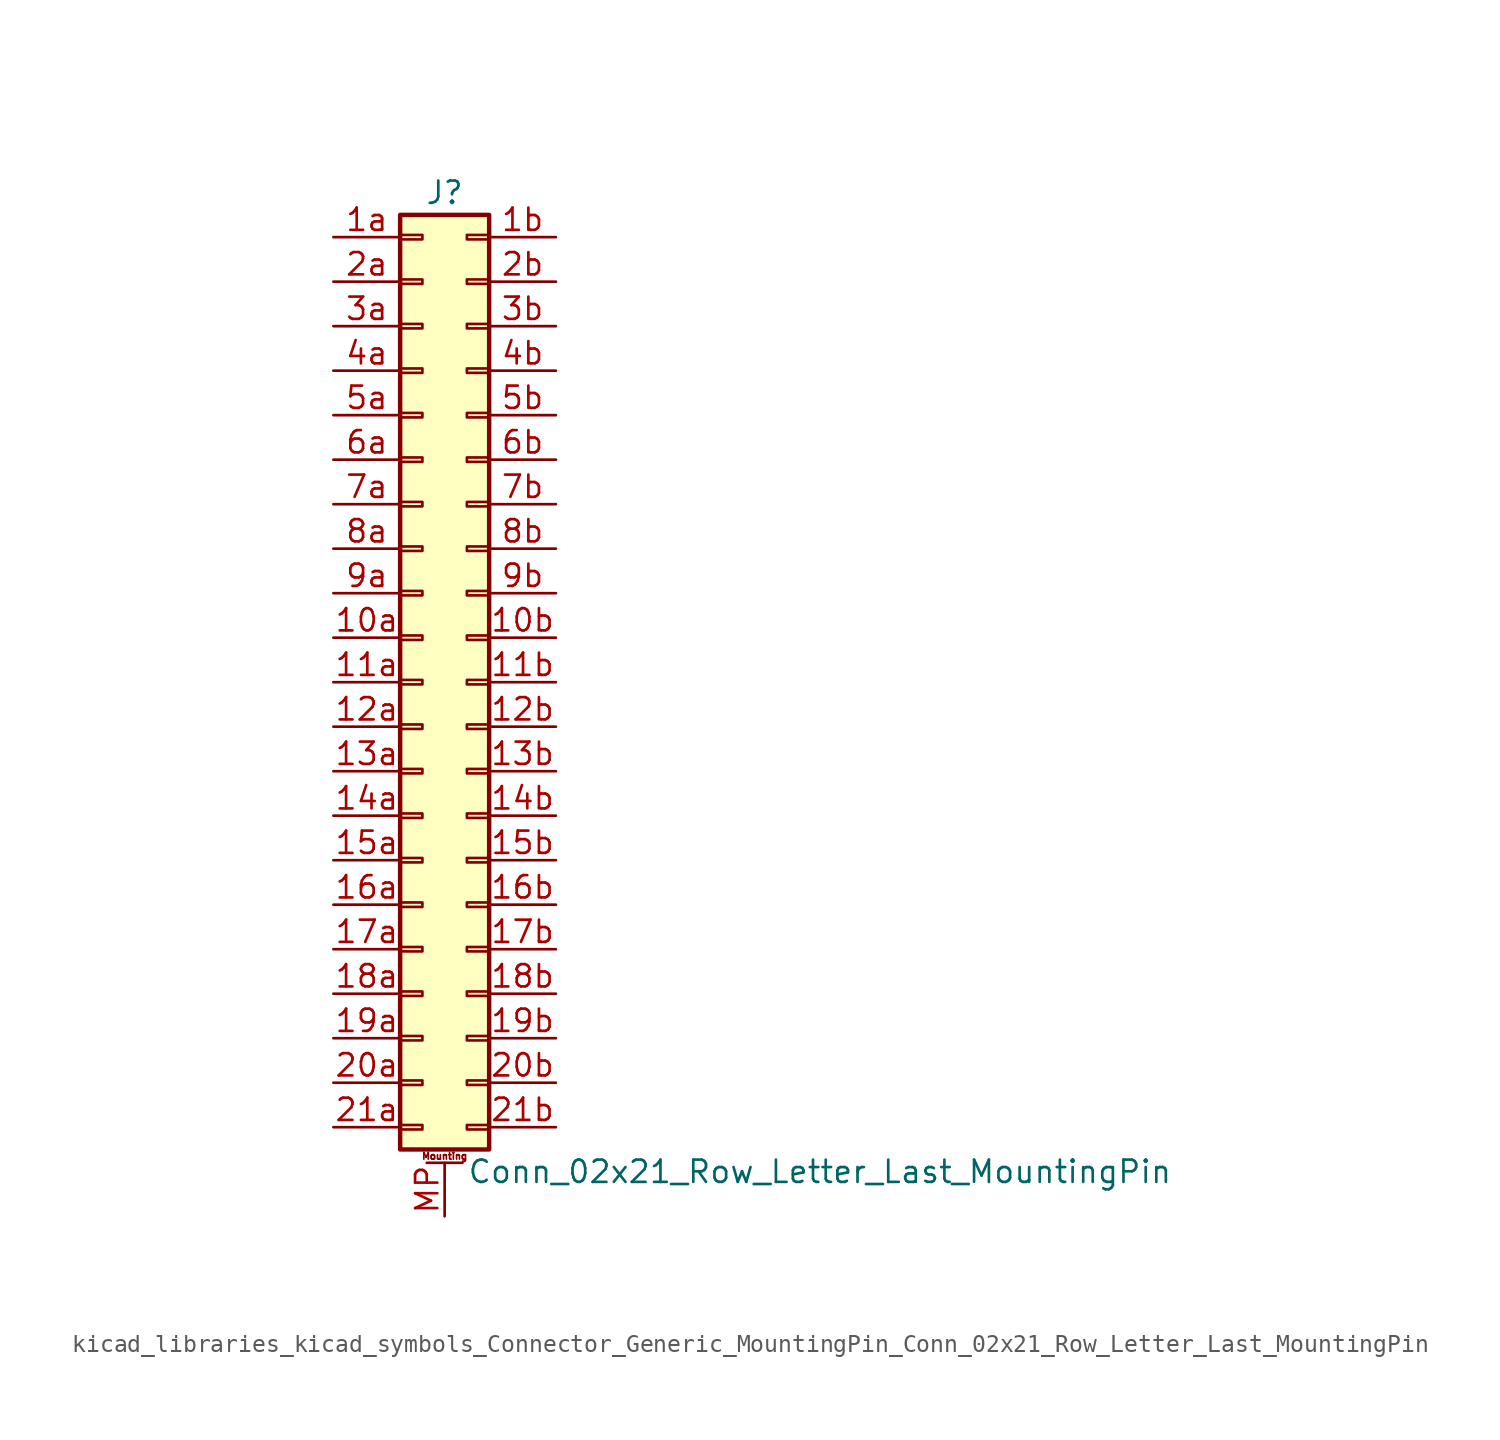
<source format=kicad_sym>
(kicad_symbol_lib
  (version 20220914)
  (generator kicad_symbol_editor)
  (symbol "kicad_libraries_kicad_symbols_Connector_Generic_MountingPin_Conn_02x21_Row_Letter_Last_MountingPin"
    (pin_names
      (offset 1.016) hide)
    (property "Reference" "J"
      (at 1.27 27.94 0)
      (effects (font (size 1.27 1.27))))
    (property "Value" "Conn_02x21_Row_Letter_Last_MountingPin"
      (at 2.54 -27.94 0)
      (effects (font (size 1.27 1.27)) (justify left)))
    (symbol "kicad_libraries_kicad_symbols_Connector_Generic_MountingPin_Conn_02x21_Row_Letter_Last_MountingPin_1_1"
      (rectangle (start -1.27 -25.273) (end 0 -25.527) (stroke (width 0.152) (type default)) (fill (type none)))
      (rectangle (start -1.27 -22.733) (end 0 -22.987) (stroke (width 0.152) (type default)) (fill (type none)))
      (rectangle (start -1.27 -20.193) (end 0 -20.447) (stroke (width 0.152) (type default)) (fill (type none)))
      (rectangle (start -1.27 -17.653) (end 0 -17.907) (stroke (width 0.152) (type default)) (fill (type none)))
      (rectangle (start -1.27 -15.113) (end 0 -15.367) (stroke (width 0.152) (type default)) (fill (type none)))
      (rectangle (start -1.27 -12.573) (end 0 -12.827) (stroke (width 0.152) (type default)) (fill (type none)))
      (rectangle (start -1.27 -10.033) (end 0 -10.287) (stroke (width 0.152) (type default)) (fill (type none)))
      (rectangle (start -1.27 -7.493) (end 0 -7.747) (stroke (width 0.152) (type default)) (fill (type none)))
      (rectangle (start -1.27 -4.953) (end 0 -5.207) (stroke (width 0.152) (type default)) (fill (type none)))
      (rectangle (start -1.27 -2.413) (end 0 -2.667) (stroke (width 0.152) (type default)) (fill (type none)))
      (rectangle (start -1.27 0.127) (end 0 -0.127) (stroke (width 0.152) (type default)) (fill (type none)))
      (rectangle (start -1.27 2.667) (end 0 2.413) (stroke (width 0.152) (type default)) (fill (type none)))
      (rectangle (start -1.27 5.207) (end 0 4.953) (stroke (width 0.152) (type default)) (fill (type none)))
      (rectangle (start -1.27 7.747) (end 0 7.493) (stroke (width 0.152) (type default)) (fill (type none)))
      (rectangle (start -1.27 10.287) (end 0 10.033) (stroke (width 0.152) (type default)) (fill (type none)))
      (rectangle (start -1.27 12.827) (end 0 12.573) (stroke (width 0.152) (type default)) (fill (type none)))
      (rectangle (start -1.27 15.367) (end 0 15.113) (stroke (width 0.152) (type default)) (fill (type none)))
      (rectangle (start -1.27 17.907) (end 0 17.653) (stroke (width 0.152) (type default)) (fill (type none)))
      (rectangle (start -1.27 20.447) (end 0 20.193) (stroke (width 0.152) (type default)) (fill (type none)))
      (rectangle (start -1.27 22.987) (end 0 22.733) (stroke (width 0.152) (type default)) (fill (type none)))
      (rectangle (start -1.27 25.527) (end 0 25.273) (stroke (width 0.152) (type default)) (fill (type none)))
      (rectangle (start -1.27 26.67) (end 3.81 -26.67) (stroke (width 0.254) (type default)) (fill (type background)))
      (polyline (pts (xy 0.254 -27.432) (xy 2.286 -27.432)) (stroke (width 0.152) (type default)) (fill (type none)))
      (rectangle (start 3.81 -25.273) (end 2.54 -25.527) (stroke (width 0.152) (type default)) (fill (type none)))
      (rectangle (start 3.81 -22.733) (end 2.54 -22.987) (stroke (width 0.152) (type default)) (fill (type none)))
      (rectangle (start 3.81 -20.193) (end 2.54 -20.447) (stroke (width 0.152) (type default)) (fill (type none)))
      (rectangle (start 3.81 -17.653) (end 2.54 -17.907) (stroke (width 0.152) (type default)) (fill (type none)))
      (rectangle (start 3.81 -15.113) (end 2.54 -15.367) (stroke (width 0.152) (type default)) (fill (type none)))
      (rectangle (start 3.81 -12.573) (end 2.54 -12.827) (stroke (width 0.152) (type default)) (fill (type none)))
      (rectangle (start 3.81 -10.033) (end 2.54 -10.287) (stroke (width 0.152) (type default)) (fill (type none)))
      (rectangle (start 3.81 -7.493) (end 2.54 -7.747) (stroke (width 0.152) (type default)) (fill (type none)))
      (rectangle (start 3.81 -4.953) (end 2.54 -5.207) (stroke (width 0.152) (type default)) (fill (type none)))
      (rectangle (start 3.81 -2.413) (end 2.54 -2.667) (stroke (width 0.152) (type default)) (fill (type none)))
      (rectangle (start 3.81 0.127) (end 2.54 -0.127) (stroke (width 0.152) (type default)) (fill (type none)))
      (rectangle (start 3.81 2.667) (end 2.54 2.413) (stroke (width 0.152) (type default)) (fill (type none)))
      (rectangle (start 3.81 5.207) (end 2.54 4.953) (stroke (width 0.152) (type default)) (fill (type none)))
      (rectangle (start 3.81 7.747) (end 2.54 7.493) (stroke (width 0.152) (type default)) (fill (type none)))
      (rectangle (start 3.81 10.287) (end 2.54 10.033) (stroke (width 0.152) (type default)) (fill (type none)))
      (rectangle (start 3.81 12.827) (end 2.54 12.573) (stroke (width 0.152) (type default)) (fill (type none)))
      (rectangle (start 3.81 15.367) (end 2.54 15.113) (stroke (width 0.152) (type default)) (fill (type none)))
      (rectangle (start 3.81 17.907) (end 2.54 17.653) (stroke (width 0.152) (type default)) (fill (type none)))
      (rectangle (start 3.81 20.447) (end 2.54 20.193) (stroke (width 0.152) (type default)) (fill (type none)))
      (rectangle (start 3.81 22.987) (end 2.54 22.733) (stroke (width 0.152) (type default)) (fill (type none)))
      (rectangle (start 3.81 25.527) (end 2.54 25.273) (stroke (width 0.152) (type default)) (fill (type none)))
      (text "Mounting" (at 1.27 -27.051 0) (effects (font (size 0.381 0.381))))
      (pin passive line (at -5.08 2.54 0) (length 3.81) (name "Pin_10a" (effects (font (size 1.27 1.27)))) (number "10a" (effects (font (size 1.27 1.27)))))
      (pin passive line (at 7.62 2.54 180) (length 3.81) (name "Pin_10b" (effects (font (size 1.27 1.27)))) (number "10b" (effects (font (size 1.27 1.27)))))
      (pin passive line (at -5.08 0 0) (length 3.81) (name "Pin_11a" (effects (font (size 1.27 1.27)))) (number "11a" (effects (font (size 1.27 1.27)))))
      (pin passive line (at 7.62 0 180) (length 3.81) (name "Pin_11b" (effects (font (size 1.27 1.27)))) (number "11b" (effects (font (size 1.27 1.27)))))
      (pin passive line (at -5.08 -2.54 0) (length 3.81) (name "Pin_12a" (effects (font (size 1.27 1.27)))) (number "12a" (effects (font (size 1.27 1.27)))))
      (pin passive line (at 7.62 -2.54 180) (length 3.81) (name "Pin_12b" (effects (font (size 1.27 1.27)))) (number "12b" (effects (font (size 1.27 1.27)))))
      (pin passive line (at -5.08 -5.08 0) (length 3.81) (name "Pin_13a" (effects (font (size 1.27 1.27)))) (number "13a" (effects (font (size 1.27 1.27)))))
      (pin passive line (at 7.62 -5.08 180) (length 3.81) (name "Pin_13b" (effects (font (size 1.27 1.27)))) (number "13b" (effects (font (size 1.27 1.27)))))
      (pin passive line (at -5.08 -7.62 0) (length 3.81) (name "Pin_14a" (effects (font (size 1.27 1.27)))) (number "14a" (effects (font (size 1.27 1.27)))))
      (pin passive line (at 7.62 -7.62 180) (length 3.81) (name "Pin_14b" (effects (font (size 1.27 1.27)))) (number "14b" (effects (font (size 1.27 1.27)))))
      (pin passive line (at -5.08 -10.16 0) (length 3.81) (name "Pin_15a" (effects (font (size 1.27 1.27)))) (number "15a" (effects (font (size 1.27 1.27)))))
      (pin passive line (at 7.62 -10.16 180) (length 3.81) (name "Pin_15b" (effects (font (size 1.27 1.27)))) (number "15b" (effects (font (size 1.27 1.27)))))
      (pin passive line (at -5.08 -12.7 0) (length 3.81) (name "Pin_16a" (effects (font (size 1.27 1.27)))) (number "16a" (effects (font (size 1.27 1.27)))))
      (pin passive line (at 7.62 -12.7 180) (length 3.81) (name "Pin_16b" (effects (font (size 1.27 1.27)))) (number "16b" (effects (font (size 1.27 1.27)))))
      (pin passive line (at -5.08 -15.24 0) (length 3.81) (name "Pin_17a" (effects (font (size 1.27 1.27)))) (number "17a" (effects (font (size 1.27 1.27)))))
      (pin passive line (at 7.62 -15.24 180) (length 3.81) (name "Pin_17b" (effects (font (size 1.27 1.27)))) (number "17b" (effects (font (size 1.27 1.27)))))
      (pin passive line (at -5.08 -17.78 0) (length 3.81) (name "Pin_18a" (effects (font (size 1.27 1.27)))) (number "18a" (effects (font (size 1.27 1.27)))))
      (pin passive line (at 7.62 -17.78 180) (length 3.81) (name "Pin_18b" (effects (font (size 1.27 1.27)))) (number "18b" (effects (font (size 1.27 1.27)))))
      (pin passive line (at -5.08 -20.32 0) (length 3.81) (name "Pin_19a" (effects (font (size 1.27 1.27)))) (number "19a" (effects (font (size 1.27 1.27)))))
      (pin passive line (at 7.62 -20.32 180) (length 3.81) (name "Pin_19b" (effects (font (size 1.27 1.27)))) (number "19b" (effects (font (size 1.27 1.27)))))
      (pin passive line (at -5.08 25.4 0) (length 3.81) (name "Pin_1a" (effects (font (size 1.27 1.27)))) (number "1a" (effects (font (size 1.27 1.27)))))
      (pin passive line (at 7.62 25.4 180) (length 3.81) (name "Pin_1b" (effects (font (size 1.27 1.27)))) (number "1b" (effects (font (size 1.27 1.27)))))
      (pin passive line (at -5.08 -22.86 0) (length 3.81) (name "Pin_20a" (effects (font (size 1.27 1.27)))) (number "20a" (effects (font (size 1.27 1.27)))))
      (pin passive line (at 7.62 -22.86 180) (length 3.81) (name "Pin_20b" (effects (font (size 1.27 1.27)))) (number "20b" (effects (font (size 1.27 1.27)))))
      (pin passive line (at -5.08 -25.4 0) (length 3.81) (name "Pin_21a" (effects (font (size 1.27 1.27)))) (number "21a" (effects (font (size 1.27 1.27)))))
      (pin passive line (at 7.62 -25.4 180) (length 3.81) (name "Pin_21b" (effects (font (size 1.27 1.27)))) (number "21b" (effects (font (size 1.27 1.27)))))
      (pin passive line (at -5.08 22.86 0) (length 3.81) (name "Pin_2a" (effects (font (size 1.27 1.27)))) (number "2a" (effects (font (size 1.27 1.27)))))
      (pin passive line (at 7.62 22.86 180) (length 3.81) (name "Pin_2b" (effects (font (size 1.27 1.27)))) (number "2b" (effects (font (size 1.27 1.27)))))
      (pin passive line (at -5.08 20.32 0) (length 3.81) (name "Pin_3a" (effects (font (size 1.27 1.27)))) (number "3a" (effects (font (size 1.27 1.27)))))
      (pin passive line (at 7.62 20.32 180) (length 3.81) (name "Pin_3b" (effects (font (size 1.27 1.27)))) (number "3b" (effects (font (size 1.27 1.27)))))
      (pin passive line (at -5.08 17.78 0) (length 3.81) (name "Pin_4a" (effects (font (size 1.27 1.27)))) (number "4a" (effects (font (size 1.27 1.27)))))
      (pin passive line (at 7.62 17.78 180) (length 3.81) (name "Pin_4b" (effects (font (size 1.27 1.27)))) (number "4b" (effects (font (size 1.27 1.27)))))
      (pin passive line (at -5.08 15.24 0) (length 3.81) (name "Pin_5a" (effects (font (size 1.27 1.27)))) (number "5a" (effects (font (size 1.27 1.27)))))
      (pin passive line (at 7.62 15.24 180) (length 3.81) (name "Pin_5b" (effects (font (size 1.27 1.27)))) (number "5b" (effects (font (size 1.27 1.27)))))
      (pin passive line (at -5.08 12.7 0) (length 3.81) (name "Pin_6a" (effects (font (size 1.27 1.27)))) (number "6a" (effects (font (size 1.27 1.27)))))
      (pin passive line (at 7.62 12.7 180) (length 3.81) (name "Pin_6b" (effects (font (size 1.27 1.27)))) (number "6b" (effects (font (size 1.27 1.27)))))
      (pin passive line (at -5.08 10.16 0) (length 3.81) (name "Pin_7a" (effects (font (size 1.27 1.27)))) (number "7a" (effects (font (size 1.27 1.27)))))
      (pin passive line (at 7.62 10.16 180) (length 3.81) (name "Pin_7b" (effects (font (size 1.27 1.27)))) (number "7b" (effects (font (size 1.27 1.27)))))
      (pin passive line (at -5.08 7.62 0) (length 3.81) (name "Pin_8a" (effects (font (size 1.27 1.27)))) (number "8a" (effects (font (size 1.27 1.27)))))
      (pin passive line (at 7.62 7.62 180) (length 3.81) (name "Pin_8b" (effects (font (size 1.27 1.27)))) (number "8b" (effects (font (size 1.27 1.27)))))
      (pin passive line (at -5.08 5.08 0) (length 3.81) (name "Pin_9a" (effects (font (size 1.27 1.27)))) (number "9a" (effects (font (size 1.27 1.27)))))
      (pin passive line (at 7.62 5.08 180) (length 3.81) (name "Pin_9b" (effects (font (size 1.27 1.27)))) (number "9b" (effects (font (size 1.27 1.27)))))
      (pin passive line (at 1.27 -30.48 90) (length 3.048) (name "MountPin" (effects (font (size 1.27 1.27)))) (number "MP" (effects (font (size 1.27 1.27))))))))
</source>
